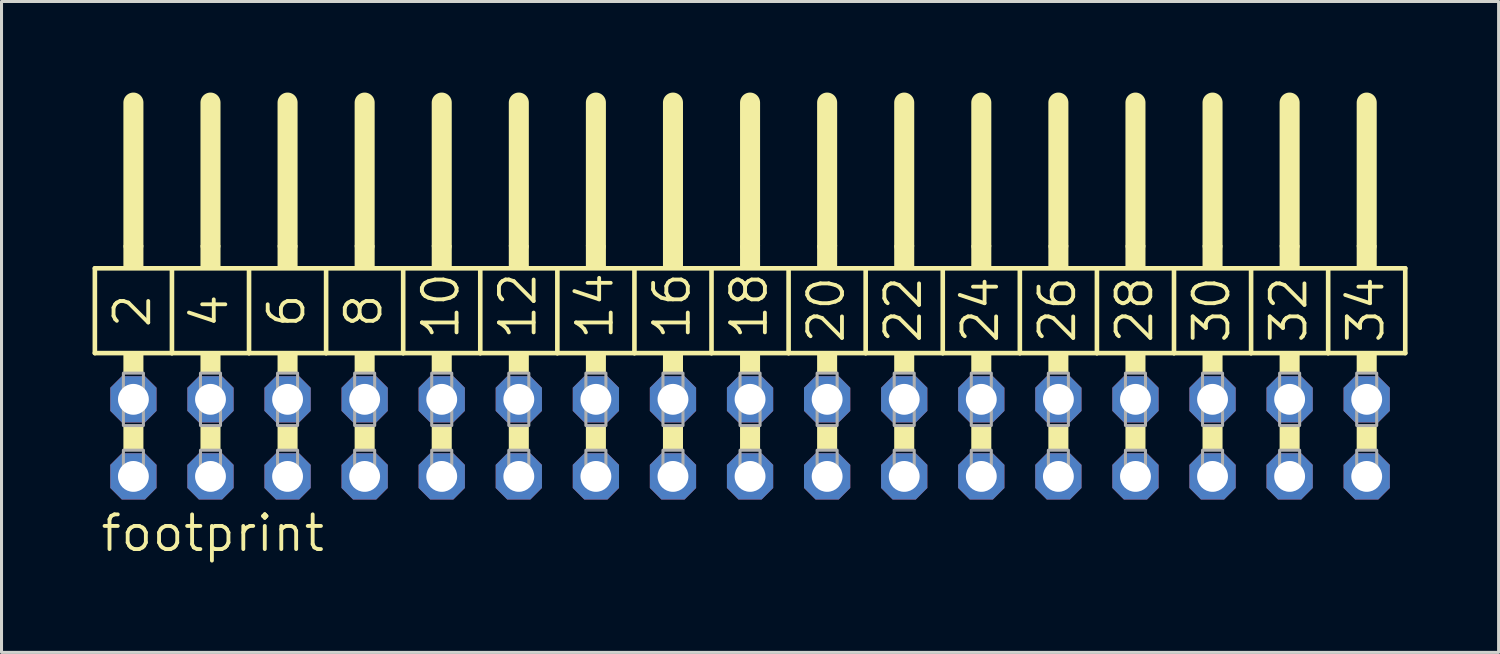
<source format=kicad_pcb>
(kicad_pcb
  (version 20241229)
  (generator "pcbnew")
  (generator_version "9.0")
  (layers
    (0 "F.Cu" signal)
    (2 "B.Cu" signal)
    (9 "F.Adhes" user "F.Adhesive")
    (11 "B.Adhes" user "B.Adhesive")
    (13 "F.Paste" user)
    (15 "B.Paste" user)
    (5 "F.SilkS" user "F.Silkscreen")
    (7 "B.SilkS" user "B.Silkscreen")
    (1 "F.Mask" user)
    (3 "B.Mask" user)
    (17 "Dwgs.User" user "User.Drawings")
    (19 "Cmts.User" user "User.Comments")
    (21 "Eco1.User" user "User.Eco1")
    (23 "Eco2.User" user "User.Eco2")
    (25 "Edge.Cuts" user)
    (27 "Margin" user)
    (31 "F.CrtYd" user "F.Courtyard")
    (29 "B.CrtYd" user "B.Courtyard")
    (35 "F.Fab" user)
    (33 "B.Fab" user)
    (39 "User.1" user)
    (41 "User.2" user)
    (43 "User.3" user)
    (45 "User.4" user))
  (footprint "footprint"
    (layer "F.Cu")
    (at 21.666 11.379)
    (property "Reference" "footprint" (at -21.463 3.81 0) (layer "F.SilkS") (effects (font (size 1.143 1.143) (thickness 0.127)) (justify left bottom)))
    (fp_line (start -21.59 -5.588) (end -19.05 -5.588) (stroke (width 0.152) (type solid)) (layer "F.SilkS"))
    (fp_line (start -21.59 -2.794) (end -21.59 -5.588) (stroke (width 0.152) (type solid)) (layer "F.SilkS"))
    (fp_line (start -20.32 -6.35) (end -20.32 -11.049) (stroke (width 0.66) (type solid)) (layer "F.SilkS"))
    (fp_line (start -19.05 -5.588) (end -16.51 -5.588) (stroke (width 0.152) (type solid)) (layer "F.SilkS"))
    (fp_line (start -19.05 -2.794) (end -21.59 -2.794) (stroke (width 0.152) (type solid)) (layer "F.SilkS"))
    (fp_line (start -19.05 -2.794) (end -19.05 -5.588) (stroke (width 0.152) (type solid)) (layer "F.SilkS"))
    (fp_line (start -19.05 -2.794) (end -16.51 -2.794) (stroke (width 0.152) (type solid)) (layer "F.SilkS"))
    (fp_line (start -17.78 -6.35) (end -17.78 -11.049) (stroke (width 0.66) (type solid)) (layer "F.SilkS"))
    (fp_line (start -16.51 -5.588) (end -13.97 -5.588) (stroke (width 0.152) (type solid)) (layer "F.SilkS"))
    (fp_line (start -16.51 -2.794) (end -16.51 -5.588) (stroke (width 0.152) (type solid)) (layer "F.SilkS"))
    (fp_line (start -15.24 -6.35) (end -15.24 -11.049) (stroke (width 0.66) (type solid)) (layer "F.SilkS"))
    (fp_line (start -13.97 -5.588) (end -11.43 -5.588) (stroke (width 0.152) (type solid)) (layer "F.SilkS"))
    (fp_line (start -13.97 -2.794) (end -16.51 -2.794) (stroke (width 0.152) (type solid)) (layer "F.SilkS"))
    (fp_line (start -13.97 -2.794) (end -13.97 -5.588) (stroke (width 0.152) (type solid)) (layer "F.SilkS"))
    (fp_line (start -12.7 -6.35) (end -12.7 -11.049) (stroke (width 0.66) (type solid)) (layer "F.SilkS"))
    (fp_line (start -11.43 -5.588) (end -8.89 -5.588) (stroke (width 0.152) (type solid)) (layer "F.SilkS"))
    (fp_line (start -11.43 -2.794) (end -13.97 -2.794) (stroke (width 0.152) (type solid)) (layer "F.SilkS"))
    (fp_line (start -11.43 -2.794) (end -11.43 -5.588) (stroke (width 0.152) (type solid)) (layer "F.SilkS"))
    (fp_line (start -10.16 -6.35) (end -10.16 -11.049) (stroke (width 0.66) (type solid)) (layer "F.SilkS"))
    (fp_line (start -8.89 -5.588) (end -6.35 -5.588) (stroke (width 0.152) (type solid)) (layer "F.SilkS"))
    (fp_line (start -8.89 -2.794) (end -11.43 -2.794) (stroke (width 0.152) (type solid)) (layer "F.SilkS"))
    (fp_line (start -8.89 -2.794) (end -8.89 -5.588) (stroke (width 0.152) (type solid)) (layer "F.SilkS"))
    (fp_line (start -7.62 -6.35) (end -7.62 -11.049) (stroke (width 0.66) (type solid)) (layer "F.SilkS"))
    (fp_line (start -6.35 -5.588) (end -3.81 -5.588) (stroke (width 0.152) (type solid)) (layer "F.SilkS"))
    (fp_line (start -6.35 -2.794) (end -8.89 -2.794) (stroke (width 0.152) (type solid)) (layer "F.SilkS"))
    (fp_line (start -6.35 -2.794) (end -6.35 -5.588) (stroke (width 0.152) (type solid)) (layer "F.SilkS"))
    (fp_line (start -6.35 -2.794) (end -3.81 -2.794) (stroke (width 0.152) (type solid)) (layer "F.SilkS"))
    (fp_line (start -5.08 -6.35) (end -5.08 -11.049) (stroke (width 0.66) (type solid)) (layer "F.SilkS"))
    (fp_line (start -3.81 -5.588) (end -1.27 -5.588) (stroke (width 0.152) (type solid)) (layer "F.SilkS"))
    (fp_line (start -3.81 -2.794) (end -3.81 -5.588) (stroke (width 0.152) (type solid)) (layer "F.SilkS"))
    (fp_line (start -2.54 -6.35) (end -2.54 -11.049) (stroke (width 0.66) (type solid)) (layer "F.SilkS"))
    (fp_line (start -1.27 -5.588) (end 1.27 -5.588) (stroke (width 0.152) (type solid)) (layer "F.SilkS"))
    (fp_line (start -1.27 -2.794) (end -3.81 -2.794) (stroke (width 0.152) (type solid)) (layer "F.SilkS"))
    (fp_line (start -1.27 -2.794) (end -1.27 -5.588) (stroke (width 0.152) (type solid)) (layer "F.SilkS"))
    (fp_line (start 0 -6.35) (end 0 -11.049) (stroke (width 0.66) (type solid)) (layer "F.SilkS"))
    (fp_line (start 1.27 -5.588) (end 3.81 -5.588) (stroke (width 0.152) (type solid)) (layer "F.SilkS"))
    (fp_line (start 1.27 -2.794) (end -1.27 -2.794) (stroke (width 0.152) (type solid)) (layer "F.SilkS"))
    (fp_line (start 1.27 -2.794) (end 1.27 -5.588) (stroke (width 0.152) (type solid)) (layer "F.SilkS"))
    (fp_line (start 2.54 -6.35) (end 2.54 -11.049) (stroke (width 0.66) (type solid)) (layer "F.SilkS"))
    (fp_line (start 3.81 -5.588) (end 6.35 -5.588) (stroke (width 0.152) (type solid)) (layer "F.SilkS"))
    (fp_line (start 3.81 -2.794) (end 1.27 -2.794) (stroke (width 0.152) (type solid)) (layer "F.SilkS"))
    (fp_line (start 3.81 -2.794) (end 3.81 -5.588) (stroke (width 0.152) (type solid)) (layer "F.SilkS"))
    (fp_line (start 5.08 -6.35) (end 5.08 -11.049) (stroke (width 0.66) (type solid)) (layer "F.SilkS"))
    (fp_line (start 6.35 -5.588) (end 8.89 -5.588) (stroke (width 0.152) (type solid)) (layer "F.SilkS"))
    (fp_line (start 6.35 -2.794) (end 3.81 -2.794) (stroke (width 0.152) (type solid)) (layer "F.SilkS"))
    (fp_line (start 6.35 -2.794) (end 6.35 -5.588) (stroke (width 0.152) (type solid)) (layer "F.SilkS"))
    (fp_line (start 6.35 -2.794) (end 8.89 -2.794) (stroke (width 0.152) (type solid)) (layer "F.SilkS"))
    (fp_line (start 7.62 -6.35) (end 7.62 -11.049) (stroke (width 0.66) (type solid)) (layer "F.SilkS"))
    (fp_line (start 8.89 -5.588) (end 11.43 -5.588) (stroke (width 0.152) (type solid)) (layer "F.SilkS"))
    (fp_line (start 8.89 -2.794) (end 8.89 -5.588) (stroke (width 0.152) (type solid)) (layer "F.SilkS"))
    (fp_line (start 10.16 -6.35) (end 10.16 -11.049) (stroke (width 0.66) (type solid)) (layer "F.SilkS"))
    (fp_line (start 11.43 -5.588) (end 13.97 -5.588) (stroke (width 0.152) (type solid)) (layer "F.SilkS"))
    (fp_line (start 11.43 -2.794) (end 8.89 -2.794) (stroke (width 0.152) (type solid)) (layer "F.SilkS"))
    (fp_line (start 11.43 -2.794) (end 11.43 -5.588) (stroke (width 0.152) (type solid)) (layer "F.SilkS"))
    (fp_line (start 12.7 -6.35) (end 12.7 -11.049) (stroke (width 0.66) (type solid)) (layer "F.SilkS"))
    (fp_line (start 13.97 -5.588) (end 16.51 -5.588) (stroke (width 0.152) (type solid)) (layer "F.SilkS"))
    (fp_line (start 13.97 -2.794) (end 11.43 -2.794) (stroke (width 0.152) (type solid)) (layer "F.SilkS"))
    (fp_line (start 13.97 -2.794) (end 13.97 -5.588) (stroke (width 0.152) (type solid)) (layer "F.SilkS"))
    (fp_line (start 15.24 -6.35) (end 15.24 -11.049) (stroke (width 0.66) (type solid)) (layer "F.SilkS"))
    (fp_line (start 16.51 -5.588) (end 19.05 -5.588) (stroke (width 0.152) (type solid)) (layer "F.SilkS"))
    (fp_line (start 16.51 -2.794) (end 13.97 -2.794) (stroke (width 0.152) (type solid)) (layer "F.SilkS"))
    (fp_line (start 16.51 -2.794) (end 16.51 -5.588) (stroke (width 0.152) (type solid)) (layer "F.SilkS"))
    (fp_line (start 17.78 -6.35) (end 17.78 -11.049) (stroke (width 0.66) (type solid)) (layer "F.SilkS"))
    (fp_line (start 19.05 -5.588) (end 21.59 -5.588) (stroke (width 0.152) (type solid)) (layer "F.SilkS"))
    (fp_line (start 19.05 -2.794) (end 16.51 -2.794) (stroke (width 0.152) (type solid)) (layer "F.SilkS"))
    (fp_line (start 19.05 -2.794) (end 19.05 -5.588) (stroke (width 0.152) (type solid)) (layer "F.SilkS"))
    (fp_line (start 19.05 -2.794) (end 21.59 -2.794) (stroke (width 0.152) (type solid)) (layer "F.SilkS"))
    (fp_line (start 20.32 -6.35) (end 20.32 -11.049) (stroke (width 0.66) (type solid)) (layer "F.SilkS"))
    (fp_line (start 21.59 -2.794) (end 21.59 -5.588) (stroke (width 0.152) (type solid)) (layer "F.SilkS"))
    (fp_poly (pts (xy -20.65 -5.588) (xy -19.99 -5.588) (xy -19.99 -6.35) (xy -20.65 -6.35)) (stroke (width 0) (type solid)) (fill yes) (layer "F.SilkS"))
    (fp_poly (pts (xy -20.65 -2.134) (xy -19.99 -2.134) (xy -19.99 -2.794) (xy -20.65 -2.794)) (stroke (width 0) (type solid)) (fill yes) (layer "F.SilkS"))
    (fp_poly (pts (xy -20.65 0.406) (xy -19.99 0.406) (xy -19.99 -0.406) (xy -20.65 -0.406)) (stroke (width 0) (type solid)) (fill yes) (layer "F.SilkS"))
    (fp_poly (pts (xy -18.11 -5.588) (xy -17.45 -5.588) (xy -17.45 -6.35) (xy -18.11 -6.35)) (stroke (width 0) (type solid)) (fill yes) (layer "F.SilkS"))
    (fp_poly (pts (xy -18.11 -2.134) (xy -17.45 -2.134) (xy -17.45 -2.794) (xy -18.11 -2.794)) (stroke (width 0) (type solid)) (fill yes) (layer "F.SilkS"))
    (fp_poly (pts (xy -18.11 0.406) (xy -17.45 0.406) (xy -17.45 -0.406) (xy -18.11 -0.406)) (stroke (width 0) (type solid)) (fill yes) (layer "F.SilkS"))
    (fp_poly (pts (xy -15.57 -5.588) (xy -14.91 -5.588) (xy -14.91 -6.35) (xy -15.57 -6.35)) (stroke (width 0) (type solid)) (fill yes) (layer "F.SilkS"))
    (fp_poly (pts (xy -15.57 -2.134) (xy -14.91 -2.134) (xy -14.91 -2.794) (xy -15.57 -2.794)) (stroke (width 0) (type solid)) (fill yes) (layer "F.SilkS"))
    (fp_poly (pts (xy -15.57 0.406) (xy -14.91 0.406) (xy -14.91 -0.406) (xy -15.57 -0.406)) (stroke (width 0) (type solid)) (fill yes) (layer "F.SilkS"))
    (fp_poly (pts (xy -13.03 -5.588) (xy -12.37 -5.588) (xy -12.37 -6.35) (xy -13.03 -6.35)) (stroke (width 0) (type solid)) (fill yes) (layer "F.SilkS"))
    (fp_poly (pts (xy -13.03 -2.134) (xy -12.37 -2.134) (xy -12.37 -2.794) (xy -13.03 -2.794)) (stroke (width 0) (type solid)) (fill yes) (layer "F.SilkS"))
    (fp_poly (pts (xy -13.03 0.406) (xy -12.37 0.406) (xy -12.37 -0.406) (xy -13.03 -0.406)) (stroke (width 0) (type solid)) (fill yes) (layer "F.SilkS"))
    (fp_poly (pts (xy -10.49 -5.588) (xy -9.83 -5.588) (xy -9.83 -6.35) (xy -10.49 -6.35)) (stroke (width 0) (type solid)) (fill yes) (layer "F.SilkS"))
    (fp_poly (pts (xy -10.49 -2.134) (xy -9.83 -2.134) (xy -9.83 -2.794) (xy -10.49 -2.794)) (stroke (width 0) (type solid)) (fill yes) (layer "F.SilkS"))
    (fp_poly (pts (xy -10.49 0.406) (xy -9.83 0.406) (xy -9.83 -0.406) (xy -10.49 -0.406)) (stroke (width 0) (type solid)) (fill yes) (layer "F.SilkS"))
    (fp_poly (pts (xy -7.95 -5.588) (xy -7.29 -5.588) (xy -7.29 -6.35) (xy -7.95 -6.35)) (stroke (width 0) (type solid)) (fill yes) (layer "F.SilkS"))
    (fp_poly (pts (xy -7.95 -2.134) (xy -7.29 -2.134) (xy -7.29 -2.794) (xy -7.95 -2.794)) (stroke (width 0) (type solid)) (fill yes) (layer "F.SilkS"))
    (fp_poly (pts (xy -7.95 0.406) (xy -7.29 0.406) (xy -7.29 -0.406) (xy -7.95 -0.406)) (stroke (width 0) (type solid)) (fill yes) (layer "F.SilkS"))
    (fp_poly (pts (xy -5.41 -5.588) (xy -4.75 -5.588) (xy -4.75 -6.35) (xy -5.41 -6.35)) (stroke (width 0) (type solid)) (fill yes) (layer "F.SilkS"))
    (fp_poly (pts (xy -5.41 -2.134) (xy -4.75 -2.134) (xy -4.75 -2.794) (xy -5.41 -2.794)) (stroke (width 0) (type solid)) (fill yes) (layer "F.SilkS"))
    (fp_poly (pts (xy -5.41 0.406) (xy -4.75 0.406) (xy -4.75 -0.406) (xy -5.41 -0.406)) (stroke (width 0) (type solid)) (fill yes) (layer "F.SilkS"))
    (fp_poly (pts (xy -2.87 -5.588) (xy -2.21 -5.588) (xy -2.21 -6.35) (xy -2.87 -6.35)) (stroke (width 0) (type solid)) (fill yes) (layer "F.SilkS"))
    (fp_poly (pts (xy -2.87 -2.134) (xy -2.21 -2.134) (xy -2.21 -2.794) (xy -2.87 -2.794)) (stroke (width 0) (type solid)) (fill yes) (layer "F.SilkS"))
    (fp_poly (pts (xy -2.87 0.406) (xy -2.21 0.406) (xy -2.21 -0.406) (xy -2.87 -0.406)) (stroke (width 0) (type solid)) (fill yes) (layer "F.SilkS"))
    (fp_poly (pts (xy -0.33 -5.588) (xy 0.33 -5.588) (xy 0.33 -6.35) (xy -0.33 -6.35)) (stroke (width 0) (type solid)) (fill yes) (layer "F.SilkS"))
    (fp_poly (pts (xy -0.33 -2.134) (xy 0.33 -2.134) (xy 0.33 -2.794) (xy -0.33 -2.794)) (stroke (width 0) (type solid)) (fill yes) (layer "F.SilkS"))
    (fp_poly (pts (xy -0.33 0.406) (xy 0.33 0.406) (xy 0.33 -0.406) (xy -0.33 -0.406)) (stroke (width 0) (type solid)) (fill yes) (layer "F.SilkS"))
    (fp_poly (pts (xy 2.21 -5.588) (xy 2.87 -5.588) (xy 2.87 -6.35) (xy 2.21 -6.35)) (stroke (width 0) (type solid)) (fill yes) (layer "F.SilkS"))
    (fp_poly (pts (xy 2.21 -2.134) (xy 2.87 -2.134) (xy 2.87 -2.794) (xy 2.21 -2.794)) (stroke (width 0) (type solid)) (fill yes) (layer "F.SilkS"))
    (fp_poly (pts (xy 2.21 0.406) (xy 2.87 0.406) (xy 2.87 -0.406) (xy 2.21 -0.406)) (stroke (width 0) (type solid)) (fill yes) (layer "F.SilkS"))
    (fp_poly (pts (xy 4.75 -5.588) (xy 5.41 -5.588) (xy 5.41 -6.35) (xy 4.75 -6.35)) (stroke (width 0) (type solid)) (fill yes) (layer "F.SilkS"))
    (fp_poly (pts (xy 4.75 -2.134) (xy 5.41 -2.134) (xy 5.41 -2.794) (xy 4.75 -2.794)) (stroke (width 0) (type solid)) (fill yes) (layer "F.SilkS"))
    (fp_poly (pts (xy 4.75 0.406) (xy 5.41 0.406) (xy 5.41 -0.406) (xy 4.75 -0.406)) (stroke (width 0) (type solid)) (fill yes) (layer "F.SilkS"))
    (fp_poly (pts (xy 7.29 -5.588) (xy 7.95 -5.588) (xy 7.95 -6.35) (xy 7.29 -6.35)) (stroke (width 0) (type solid)) (fill yes) (layer "F.SilkS"))
    (fp_poly (pts (xy 7.29 -2.134) (xy 7.95 -2.134) (xy 7.95 -2.794) (xy 7.29 -2.794)) (stroke (width 0) (type solid)) (fill yes) (layer "F.SilkS"))
    (fp_poly (pts (xy 7.29 0.406) (xy 7.95 0.406) (xy 7.95 -0.406) (xy 7.29 -0.406)) (stroke (width 0) (type solid)) (fill yes) (layer "F.SilkS"))
    (fp_poly (pts (xy 9.83 -5.588) (xy 10.49 -5.588) (xy 10.49 -6.35) (xy 9.83 -6.35)) (stroke (width 0) (type solid)) (fill yes) (layer "F.SilkS"))
    (fp_poly (pts (xy 9.83 -2.134) (xy 10.49 -2.134) (xy 10.49 -2.794) (xy 9.83 -2.794)) (stroke (width 0) (type solid)) (fill yes) (layer "F.SilkS"))
    (fp_poly (pts (xy 9.83 0.406) (xy 10.49 0.406) (xy 10.49 -0.406) (xy 9.83 -0.406)) (stroke (width 0) (type solid)) (fill yes) (layer "F.SilkS"))
    (fp_poly (pts (xy 12.37 -5.588) (xy 13.03 -5.588) (xy 13.03 -6.35) (xy 12.37 -6.35)) (stroke (width 0) (type solid)) (fill yes) (layer "F.SilkS"))
    (fp_poly (pts (xy 12.37 -2.134) (xy 13.03 -2.134) (xy 13.03 -2.794) (xy 12.37 -2.794)) (stroke (width 0) (type solid)) (fill yes) (layer "F.SilkS"))
    (fp_poly (pts (xy 12.37 0.406) (xy 13.03 0.406) (xy 13.03 -0.406) (xy 12.37 -0.406)) (stroke (width 0) (type solid)) (fill yes) (layer "F.SilkS"))
    (fp_poly (pts (xy 14.91 -5.588) (xy 15.57 -5.588) (xy 15.57 -6.35) (xy 14.91 -6.35)) (stroke (width 0) (type solid)) (fill yes) (layer "F.SilkS"))
    (fp_poly (pts (xy 14.91 -2.134) (xy 15.57 -2.134) (xy 15.57 -2.794) (xy 14.91 -2.794)) (stroke (width 0) (type solid)) (fill yes) (layer "F.SilkS"))
    (fp_poly (pts (xy 14.91 0.406) (xy 15.57 0.406) (xy 15.57 -0.406) (xy 14.91 -0.406)) (stroke (width 0) (type solid)) (fill yes) (layer "F.SilkS"))
    (fp_poly (pts (xy 17.45 -5.588) (xy 18.11 -5.588) (xy 18.11 -6.35) (xy 17.45 -6.35)) (stroke (width 0) (type solid)) (fill yes) (layer "F.SilkS"))
    (fp_poly (pts (xy 17.45 -2.134) (xy 18.11 -2.134) (xy 18.11 -2.794) (xy 17.45 -2.794)) (stroke (width 0) (type solid)) (fill yes) (layer "F.SilkS"))
    (fp_poly (pts (xy 17.45 0.406) (xy 18.11 0.406) (xy 18.11 -0.406) (xy 17.45 -0.406)) (stroke (width 0) (type solid)) (fill yes) (layer "F.SilkS"))
    (fp_poly (pts (xy 19.99 -5.588) (xy 20.65 -5.588) (xy 20.65 -6.35) (xy 19.99 -6.35)) (stroke (width 0) (type solid)) (fill yes) (layer "F.SilkS"))
    (fp_poly (pts (xy 19.99 -2.134) (xy 20.65 -2.134) (xy 20.65 -2.794) (xy 19.99 -2.794)) (stroke (width 0) (type solid)) (fill yes) (layer "F.SilkS"))
    (fp_poly (pts (xy 19.99 0.406) (xy 20.65 0.406) (xy 20.65 -0.406) (xy 19.99 -0.406)) (stroke (width 0) (type solid)) (fill yes) (layer "F.SilkS"))
    (fp_poly (pts (xy -20.65 -0.406) (xy -19.99 -0.406) (xy -19.99 -2.134) (xy -20.65 -2.134)) (stroke (width 0.1) (type solid)) (fill no) (layer "F.Fab"))
    (fp_poly (pts (xy -20.65 1.575) (xy -19.99 1.575) (xy -19.99 0.406) (xy -20.65 0.406)) (stroke (width 0.1) (type solid)) (fill no) (layer "F.Fab"))
    (fp_poly (pts (xy -18.11 -0.406) (xy -17.45 -0.406) (xy -17.45 -2.134) (xy -18.11 -2.134)) (stroke (width 0.1) (type solid)) (fill no) (layer "F.Fab"))
    (fp_poly (pts (xy -18.11 1.575) (xy -17.45 1.575) (xy -17.45 0.406) (xy -18.11 0.406)) (stroke (width 0.1) (type solid)) (fill no) (layer "F.Fab"))
    (fp_poly (pts (xy -15.57 -0.406) (xy -14.91 -0.406) (xy -14.91 -2.134) (xy -15.57 -2.134)) (stroke (width 0.1) (type solid)) (fill no) (layer "F.Fab"))
    (fp_poly (pts (xy -15.57 1.575) (xy -14.91 1.575) (xy -14.91 0.406) (xy -15.57 0.406)) (stroke (width 0.1) (type solid)) (fill no) (layer "F.Fab"))
    (fp_poly (pts (xy -13.03 -0.406) (xy -12.37 -0.406) (xy -12.37 -2.134) (xy -13.03 -2.134)) (stroke (width 0.1) (type solid)) (fill no) (layer "F.Fab"))
    (fp_poly (pts (xy -13.03 1.575) (xy -12.37 1.575) (xy -12.37 0.406) (xy -13.03 0.406)) (stroke (width 0.1) (type solid)) (fill no) (layer "F.Fab"))
    (fp_poly (pts (xy -10.49 -0.406) (xy -9.83 -0.406) (xy -9.83 -2.134) (xy -10.49 -2.134)) (stroke (width 0.1) (type solid)) (fill no) (layer "F.Fab"))
    (fp_poly (pts (xy -10.49 1.575) (xy -9.83 1.575) (xy -9.83 0.406) (xy -10.49 0.406)) (stroke (width 0.1) (type solid)) (fill no) (layer "F.Fab"))
    (fp_poly (pts (xy -7.95 -0.406) (xy -7.29 -0.406) (xy -7.29 -2.134) (xy -7.95 -2.134)) (stroke (width 0.1) (type solid)) (fill no) (layer "F.Fab"))
    (fp_poly (pts (xy -7.95 1.575) (xy -7.29 1.575) (xy -7.29 0.406) (xy -7.95 0.406)) (stroke (width 0.1) (type solid)) (fill no) (layer "F.Fab"))
    (fp_poly (pts (xy -5.41 -0.406) (xy -4.75 -0.406) (xy -4.75 -2.134) (xy -5.41 -2.134)) (stroke (width 0.1) (type solid)) (fill no) (layer "F.Fab"))
    (fp_poly (pts (xy -5.41 1.575) (xy -4.75 1.575) (xy -4.75 0.406) (xy -5.41 0.406)) (stroke (width 0.1) (type solid)) (fill no) (layer "F.Fab"))
    (fp_poly (pts (xy -2.87 -0.406) (xy -2.21 -0.406) (xy -2.21 -2.134) (xy -2.87 -2.134)) (stroke (width 0.1) (type solid)) (fill no) (layer "F.Fab"))
    (fp_poly (pts (xy -2.87 1.575) (xy -2.21 1.575) (xy -2.21 0.406) (xy -2.87 0.406)) (stroke (width 0.1) (type solid)) (fill no) (layer "F.Fab"))
    (fp_poly (pts (xy -0.33 -0.406) (xy 0.33 -0.406) (xy 0.33 -2.134) (xy -0.33 -2.134)) (stroke (width 0.1) (type solid)) (fill no) (layer "F.Fab"))
    (fp_poly (pts (xy -0.33 1.575) (xy 0.33 1.575) (xy 0.33 0.406) (xy -0.33 0.406)) (stroke (width 0.1) (type solid)) (fill no) (layer "F.Fab"))
    (fp_poly (pts (xy 2.21 -0.406) (xy 2.87 -0.406) (xy 2.87 -2.134) (xy 2.21 -2.134)) (stroke (width 0.1) (type solid)) (fill no) (layer "F.Fab"))
    (fp_poly (pts (xy 2.21 1.575) (xy 2.87 1.575) (xy 2.87 0.406) (xy 2.21 0.406)) (stroke (width 0.1) (type solid)) (fill no) (layer "F.Fab"))
    (fp_poly (pts (xy 4.75 -0.406) (xy 5.41 -0.406) (xy 5.41 -2.134) (xy 4.75 -2.134)) (stroke (width 0.1) (type solid)) (fill no) (layer "F.Fab"))
    (fp_poly (pts (xy 4.75 1.575) (xy 5.41 1.575) (xy 5.41 0.406) (xy 4.75 0.406)) (stroke (width 0.1) (type solid)) (fill no) (layer "F.Fab"))
    (fp_poly (pts (xy 7.29 -0.406) (xy 7.95 -0.406) (xy 7.95 -2.134) (xy 7.29 -2.134)) (stroke (width 0.1) (type solid)) (fill no) (layer "F.Fab"))
    (fp_poly (pts (xy 7.29 1.575) (xy 7.95 1.575) (xy 7.95 0.406) (xy 7.29 0.406)) (stroke (width 0.1) (type solid)) (fill no) (layer "F.Fab"))
    (fp_poly (pts (xy 9.83 -0.406) (xy 10.49 -0.406) (xy 10.49 -2.134) (xy 9.83 -2.134)) (stroke (width 0.1) (type solid)) (fill no) (layer "F.Fab"))
    (fp_poly (pts (xy 9.83 1.575) (xy 10.49 1.575) (xy 10.49 0.406) (xy 9.83 0.406)) (stroke (width 0.1) (type solid)) (fill no) (layer "F.Fab"))
    (fp_poly (pts (xy 12.37 -0.406) (xy 13.03 -0.406) (xy 13.03 -2.134) (xy 12.37 -2.134)) (stroke (width 0.1) (type solid)) (fill no) (layer "F.Fab"))
    (fp_poly (pts (xy 12.37 1.575) (xy 13.03 1.575) (xy 13.03 0.406) (xy 12.37 0.406)) (stroke (width 0.1) (type solid)) (fill no) (layer "F.Fab"))
    (fp_poly (pts (xy 14.91 -0.406) (xy 15.57 -0.406) (xy 15.57 -2.134) (xy 14.91 -2.134)) (stroke (width 0.1) (type solid)) (fill no) (layer "F.Fab"))
    (fp_poly (pts (xy 14.91 1.575) (xy 15.57 1.575) (xy 15.57 0.406) (xy 14.91 0.406)) (stroke (width 0.1) (type solid)) (fill no) (layer "F.Fab"))
    (fp_poly (pts (xy 17.45 -0.406) (xy 18.11 -0.406) (xy 18.11 -2.134) (xy 17.45 -2.134)) (stroke (width 0.1) (type solid)) (fill no) (layer "F.Fab"))
    (fp_poly (pts (xy 17.45 1.575) (xy 18.11 1.575) (xy 18.11 0.406) (xy 17.45 0.406)) (stroke (width 0.1) (type solid)) (fill no) (layer "F.Fab"))
    (fp_poly (pts (xy 19.99 -0.406) (xy 20.65 -0.406) (xy 20.65 -2.134) (xy 19.99 -2.134)) (stroke (width 0.1) (type solid)) (fill no) (layer "F.Fab"))
    (fp_poly (pts (xy 19.99 1.575) (xy 20.65 1.575) (xy 20.65 0.406) (xy 19.99 0.406)) (stroke (width 0.1) (type solid)) (fill no) (layer "F.Fab"))
    (fp_text user "18" (at 0.635 -3.175 90) (layer "F.SilkS") (effects (font (size 1.143 1.143) (thickness 0.127)) (justify left bottom)))
    (fp_text user "34" (at 20.955 -3.048 90) (layer "F.SilkS") (effects (font (size 1.143 1.143) (thickness 0.127)) (justify left bottom)))
    (fp_text user "26" (at 10.795 -3.048 90) (layer "F.SilkS") (effects (font (size 1.143 1.143) (thickness 0.127)) (justify left bottom)))
    (fp_text user "22" (at 5.715 -3.048 90) (layer "F.SilkS") (effects (font (size 1.143 1.143) (thickness 0.127)) (justify left bottom)))
    (fp_text user "24" (at 8.255 -3.048 90) (layer "F.SilkS") (effects (font (size 1.143 1.143) (thickness 0.127)) (justify left bottom)))
    (fp_text user "16" (at -1.905 -3.175 90) (layer "F.SilkS") (effects (font (size 1.143 1.143) (thickness 0.127)) (justify left bottom)))
    (fp_text user "30" (at 15.875 -3.048 90) (layer "F.SilkS") (effects (font (size 1.143 1.143) (thickness 0.127)) (justify left bottom)))
    (fp_text user "12" (at -6.985 -3.175 90) (layer "F.SilkS") (effects (font (size 1.143 1.143) (thickness 0.127)) (justify left bottom)))
    (fp_text user "20" (at 3.175 -3.048 90) (layer "F.SilkS") (effects (font (size 1.143 1.143) (thickness 0.127)) (justify left bottom)))
    (fp_text user "2" (at -19.685 -3.556 90) (layer "F.SilkS") (effects (font (size 1.143 1.143) (thickness 0.127)) (justify left bottom)))
    (fp_text user "10" (at -9.525 -3.175 90) (layer "F.SilkS") (effects (font (size 1.143 1.143) (thickness 0.127)) (justify left bottom)))
    (fp_text user "28" (at 13.335 -3.048 90) (layer "F.SilkS") (effects (font (size 1.143 1.143) (thickness 0.127)) (justify left bottom)))
    (fp_text user "14" (at -4.445 -3.175 90) (layer "F.SilkS") (effects (font (size 1.143 1.143) (thickness 0.127)) (justify left bottom)))
    (fp_text user "6" (at -14.605 -3.556 90) (layer "F.SilkS") (effects (font (size 1.143 1.143) (thickness 0.127)) (justify left bottom)))
    (fp_text user "4" (at -17.145 -3.556 90) (layer "F.SilkS") (effects (font (size 1.143 1.143) (thickness 0.127)) (justify left bottom)))
    (fp_text user "8" (at -12.065 -3.556 90) (layer "F.SilkS") (effects (font (size 1.143 1.143) (thickness 0.127)) (justify left bottom)))
    (fp_text user "32" (at 18.415 -3.048 90) (layer "F.SilkS") (effects (font (size 1.143 1.143) (thickness 0.127)) (justify left bottom)))
    (pad "1" thru_hole roundrect (at -20.32 1.27) (size 1.524 1.524) (drill 1.016) (layers "*.Cu" "*.Mask") (roundrect_rratio 0.25) (chamfer_ratio 0.25) (chamfer top_left top_right bottom_left bottom_right))
    (pad "2" thru_hole roundrect (at -20.32 -1.27) (size 1.524 1.524) (drill 1.016) (layers "*.Cu" "*.Mask") (roundrect_rratio 0.25) (chamfer_ratio 0.25) (chamfer top_left top_right bottom_left bottom_right))
    (pad "3" thru_hole roundrect (at -17.78 1.27) (size 1.524 1.524) (drill 1.016) (layers "*.Cu" "*.Mask") (roundrect_rratio 0.25) (chamfer_ratio 0.25) (chamfer top_left top_right bottom_left bottom_right))
    (pad "4" thru_hole roundrect (at -17.78 -1.27) (size 1.524 1.524) (drill 1.016) (layers "*.Cu" "*.Mask") (roundrect_rratio 0.25) (chamfer_ratio 0.25) (chamfer top_left top_right bottom_left bottom_right))
    (pad "5" thru_hole roundrect (at -15.24 1.27) (size 1.524 1.524) (drill 1.016) (layers "*.Cu" "*.Mask") (roundrect_rratio 0.25) (chamfer_ratio 0.25) (chamfer top_left top_right bottom_left bottom_right))
    (pad "6" thru_hole roundrect (at -15.24 -1.27) (size 1.524 1.524) (drill 1.016) (layers "*.Cu" "*.Mask") (roundrect_rratio 0.25) (chamfer_ratio 0.25) (chamfer top_left top_right bottom_left bottom_right))
    (pad "7" thru_hole roundrect (at -12.7 1.27) (size 1.524 1.524) (drill 1.016) (layers "*.Cu" "*.Mask") (roundrect_rratio 0.25) (chamfer_ratio 0.25) (chamfer top_left top_right bottom_left bottom_right))
    (pad "8" thru_hole roundrect (at -12.7 -1.27) (size 1.524 1.524) (drill 1.016) (layers "*.Cu" "*.Mask") (roundrect_rratio 0.25) (chamfer_ratio 0.25) (chamfer top_left top_right bottom_left bottom_right))
    (pad "9" thru_hole roundrect (at -10.16 1.27) (size 1.524 1.524) (drill 1.016) (layers "*.Cu" "*.Mask") (roundrect_rratio 0.25) (chamfer_ratio 0.25) (chamfer top_left top_right bottom_left bottom_right))
    (pad "10" thru_hole roundrect (at -10.16 -1.27) (size 1.524 1.524) (drill 1.016) (layers "*.Cu" "*.Mask") (roundrect_rratio 0.25) (chamfer_ratio 0.25) (chamfer top_left top_right bottom_left bottom_right))
    (pad "11" thru_hole roundrect (at -7.62 1.27) (size 1.524 1.524) (drill 1.016) (layers "*.Cu" "*.Mask") (roundrect_rratio 0.25) (chamfer_ratio 0.25) (chamfer top_left top_right bottom_left bottom_right))
    (pad "12" thru_hole roundrect (at -7.62 -1.27) (size 1.524 1.524) (drill 1.016) (layers "*.Cu" "*.Mask") (roundrect_rratio 0.25) (chamfer_ratio 0.25) (chamfer top_left top_right bottom_left bottom_right))
    (pad "13" thru_hole roundrect (at -5.08 1.27) (size 1.524 1.524) (drill 1.016) (layers "*.Cu" "*.Mask") (roundrect_rratio 0.25) (chamfer_ratio 0.25) (chamfer top_left top_right bottom_left bottom_right))
    (pad "14" thru_hole roundrect (at -5.08 -1.27) (size 1.524 1.524) (drill 1.016) (layers "*.Cu" "*.Mask") (roundrect_rratio 0.25) (chamfer_ratio 0.25) (chamfer top_left top_right bottom_left bottom_right))
    (pad "15" thru_hole roundrect (at -2.54 1.27) (size 1.524 1.524) (drill 1.016) (layers "*.Cu" "*.Mask") (roundrect_rratio 0.25) (chamfer_ratio 0.25) (chamfer top_left top_right bottom_left bottom_right))
    (pad "16" thru_hole roundrect (at -2.54 -1.27) (size 1.524 1.524) (drill 1.016) (layers "*.Cu" "*.Mask") (roundrect_rratio 0.25) (chamfer_ratio 0.25) (chamfer top_left top_right bottom_left bottom_right))
    (pad "17" thru_hole roundrect (at 0 1.27) (size 1.524 1.524) (drill 1.016) (layers "*.Cu" "*.Mask") (roundrect_rratio 0.25) (chamfer_ratio 0.25) (chamfer top_left top_right bottom_left bottom_right))
    (pad "18" thru_hole roundrect (at 0 -1.27) (size 1.524 1.524) (drill 1.016) (layers "*.Cu" "*.Mask") (roundrect_rratio 0.25) (chamfer_ratio 0.25) (chamfer top_left top_right bottom_left bottom_right))
    (pad "19" thru_hole roundrect (at 2.54 1.27) (size 1.524 1.524) (drill 1.016) (layers "*.Cu" "*.Mask") (roundrect_rratio 0.25) (chamfer_ratio 0.25) (chamfer top_left top_right bottom_left bottom_right))
    (pad "20" thru_hole roundrect (at 2.54 -1.27) (size 1.524 1.524) (drill 1.016) (layers "*.Cu" "*.Mask") (roundrect_rratio 0.25) (chamfer_ratio 0.25) (chamfer top_left top_right bottom_left bottom_right))
    (pad "21" thru_hole roundrect (at 5.08 1.27) (size 1.524 1.524) (drill 1.016) (layers "*.Cu" "*.Mask") (roundrect_rratio 0.25) (chamfer_ratio 0.25) (chamfer top_left top_right bottom_left bottom_right))
    (pad "22" thru_hole roundrect (at 5.08 -1.27) (size 1.524 1.524) (drill 1.016) (layers "*.Cu" "*.Mask") (roundrect_rratio 0.25) (chamfer_ratio 0.25) (chamfer top_left top_right bottom_left bottom_right))
    (pad "23" thru_hole roundrect (at 7.62 1.27) (size 1.524 1.524) (drill 1.016) (layers "*.Cu" "*.Mask") (roundrect_rratio 0.25) (chamfer_ratio 0.25) (chamfer top_left top_right bottom_left bottom_right))
    (pad "24" thru_hole roundrect (at 7.62 -1.27) (size 1.524 1.524) (drill 1.016) (layers "*.Cu" "*.Mask") (roundrect_rratio 0.25) (chamfer_ratio 0.25) (chamfer top_left top_right bottom_left bottom_right))
    (pad "25" thru_hole roundrect (at 10.16 1.27) (size 1.524 1.524) (drill 1.016) (layers "*.Cu" "*.Mask") (roundrect_rratio 0.25) (chamfer_ratio 0.25) (chamfer top_left top_right bottom_left bottom_right))
    (pad "26" thru_hole roundrect (at 10.16 -1.27) (size 1.524 1.524) (drill 1.016) (layers "*.Cu" "*.Mask") (roundrect_rratio 0.25) (chamfer_ratio 0.25) (chamfer top_left top_right bottom_left bottom_right))
    (pad "27" thru_hole roundrect (at 12.7 1.27) (size 1.524 1.524) (drill 1.016) (layers "*.Cu" "*.Mask") (roundrect_rratio 0.25) (chamfer_ratio 0.25) (chamfer top_left top_right bottom_left bottom_right))
    (pad "28" thru_hole roundrect (at 12.7 -1.27) (size 1.524 1.524) (drill 1.016) (layers "*.Cu" "*.Mask") (roundrect_rratio 0.25) (chamfer_ratio 0.25) (chamfer top_left top_right bottom_left bottom_right))
    (pad "29" thru_hole roundrect (at 15.24 1.27) (size 1.524 1.524) (drill 1.016) (layers "*.Cu" "*.Mask") (roundrect_rratio 0.25) (chamfer_ratio 0.25) (chamfer top_left top_right bottom_left bottom_right))
    (pad "30" thru_hole roundrect (at 15.24 -1.27) (size 1.524 1.524) (drill 1.016) (layers "*.Cu" "*.Mask") (roundrect_rratio 0.25) (chamfer_ratio 0.25) (chamfer top_left top_right bottom_left bottom_right))
    (pad "31" thru_hole roundrect (at 17.78 1.27) (size 1.524 1.524) (drill 1.016) (layers "*.Cu" "*.Mask") (roundrect_rratio 0.25) (chamfer_ratio 0.25) (chamfer top_left top_right bottom_left bottom_right))
    (pad "32" thru_hole roundrect (at 17.78 -1.27) (size 1.524 1.524) (drill 1.016) (layers "*.Cu" "*.Mask") (roundrect_rratio 0.25) (chamfer_ratio 0.25) (chamfer top_left top_right bottom_left bottom_right))
    (pad "33" thru_hole roundrect (at 20.32 1.27) (size 1.524 1.524) (drill 1.016) (layers "*.Cu" "*.Mask") (roundrect_rratio 0.25) (chamfer_ratio 0.25) (chamfer top_left top_right bottom_left bottom_right))
    (pad "34" thru_hole roundrect (at 20.32 -1.27) (size 1.524 1.524) (drill 1.016) (layers "*.Cu" "*.Mask") (roundrect_rratio 0.25) (chamfer_ratio 0.25) (chamfer top_left top_right bottom_left bottom_right)))
  (gr_rect
    (start -3 -3)
    (end 46.332 18.448)
    (stroke (width 0.1) (type default))
    (fill no)
    (layer "Edge.Cuts")))
</source>
